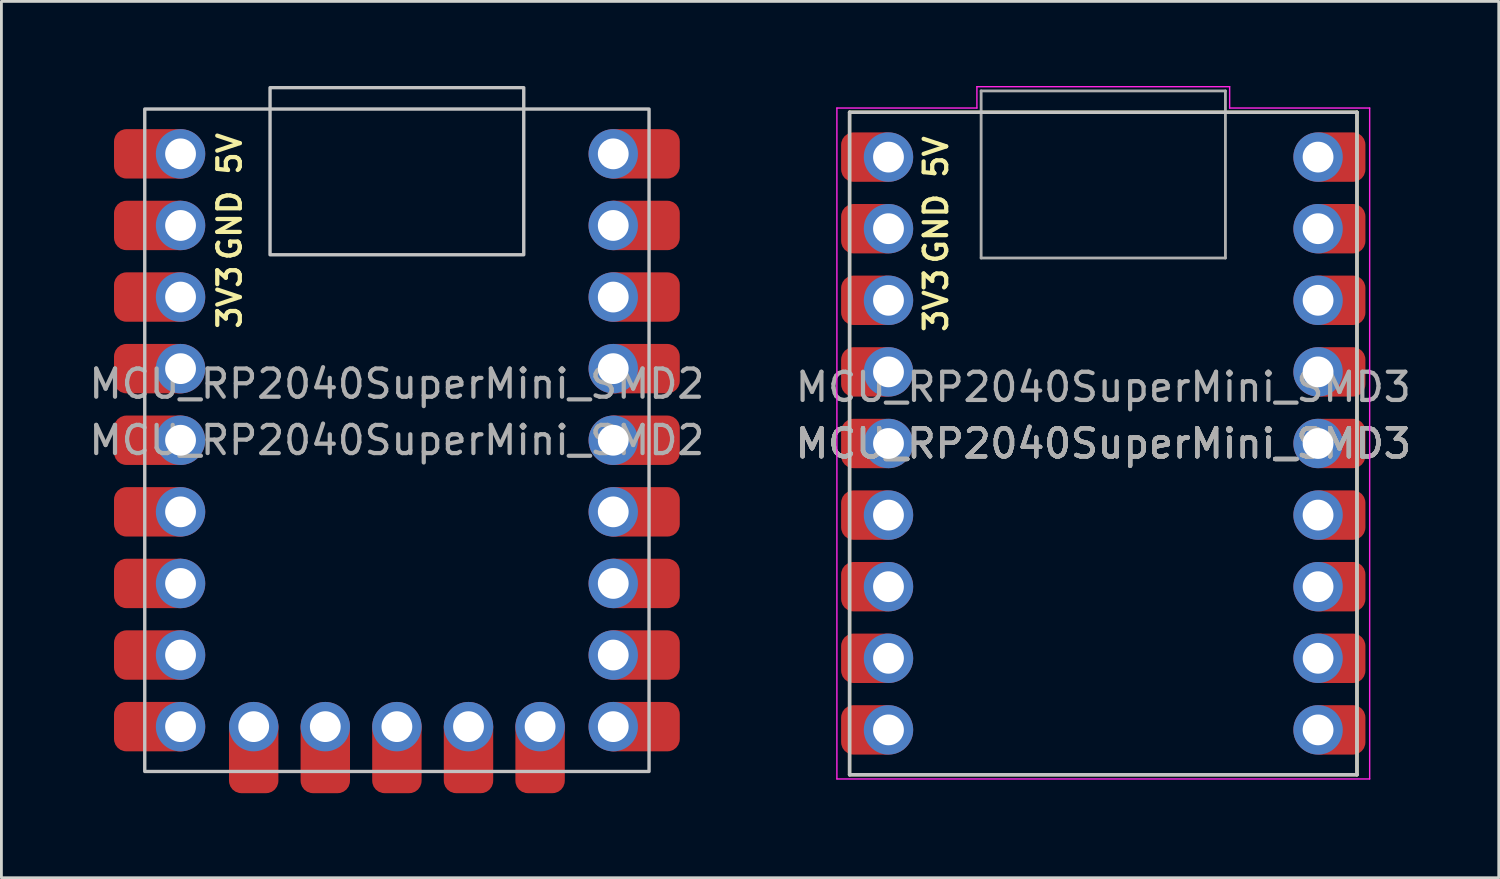
<source format=kicad_pcb>
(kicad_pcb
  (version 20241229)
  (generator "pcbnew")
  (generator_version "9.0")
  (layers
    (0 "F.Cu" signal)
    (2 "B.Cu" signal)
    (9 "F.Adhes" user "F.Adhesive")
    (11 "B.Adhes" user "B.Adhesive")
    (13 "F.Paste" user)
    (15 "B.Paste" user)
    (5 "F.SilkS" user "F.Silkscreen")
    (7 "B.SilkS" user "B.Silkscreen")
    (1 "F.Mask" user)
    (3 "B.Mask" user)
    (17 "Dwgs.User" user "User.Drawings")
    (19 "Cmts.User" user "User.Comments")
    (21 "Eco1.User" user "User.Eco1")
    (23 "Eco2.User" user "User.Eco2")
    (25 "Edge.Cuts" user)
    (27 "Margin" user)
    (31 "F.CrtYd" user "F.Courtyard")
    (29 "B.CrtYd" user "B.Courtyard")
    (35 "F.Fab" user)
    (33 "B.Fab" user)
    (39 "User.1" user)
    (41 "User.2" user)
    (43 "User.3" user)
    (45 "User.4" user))
  (footprint "MCU_RP2040SuperMini_SMD2"
    (layer "F.Cu")
    (at 11.03 12.568)
    (property "Reference" "MCU_RP2040SuperMini_SMD2" (at 0 -2 0) (layer "F.Fab") (effects (font (size 1 1) (thickness 0.15))))
    (fp_rect (start -8.945 -11.75) (end 8.945 11.75) (stroke (width 0.12) (type default)) (fill no) (layer "Dwgs.User"))
    (fp_rect (start -4.5 -6.58) (end 4.5 -12.508) (stroke (width 0.12) (type default)) (fill no) (layer "Dwgs.User"))
    (fp_text user "GND" (at -5.935 -7.62 90) (layer "F.SilkS") (effects (font (size 0.8 0.8) (thickness 0.15))))
    (fp_text user "5V" (at -5.935 -10.16 90) (layer "F.SilkS") (effects (font (size 0.8 0.8) (thickness 0.15))))
    (fp_text user "3V3" (at -5.935 -5.08 90) (layer "F.SilkS") (effects (font (size 0.8 0.8) (thickness 0.15))))
    (fp_text user "${REFERENCE}" (at 0 0 0) (unlocked yes) (layer "F.Fab") (effects (font (size 1 1) (thickness 0.15))))
    (pad "1" smd roundrect (at -8.645 -10.16) (size 2.781 1.753) (layers "F.Cu" "F.Mask") (roundrect_rratio 0.25) (chamfer_ratio 0.2) (chamfer))
    (pad "1" thru_hole circle (at -7.675 -10.16) (size 1.753 1.753) (drill 1.092) (layers "*.Cu" "*.Mask"))
    (pad "2" smd roundrect (at -8.645 -7.62) (size 2.781 1.753) (layers "F.Cu" "F.Mask") (roundrect_rratio 0.25) (chamfer_ratio 0.2) (chamfer))
    (pad "2" thru_hole circle (at -7.675 -7.62) (size 1.753 1.753) (drill 1.092) (layers "*.Cu" "*.Mask"))
    (pad "3" smd roundrect (at -8.645 -5.08) (size 2.781 1.753) (layers "F.Cu" "F.Mask") (roundrect_rratio 0.25) (chamfer_ratio 0.2) (chamfer))
    (pad "3" thru_hole circle (at -7.675 -5.08) (size 1.753 1.753) (drill 1.092) (layers "*.Cu" "*.Mask"))
    (pad "4" smd roundrect (at -8.645 -2.54) (size 2.781 1.753) (layers "F.Cu" "F.Mask") (roundrect_rratio 0.25) (chamfer_ratio 0.2) (chamfer))
    (pad "4" thru_hole circle (at -7.675 -2.54) (size 1.753 1.753) (drill 1.092) (layers "*.Cu" "*.Mask"))
    (pad "5" smd roundrect (at -8.645 0) (size 2.781 1.753) (layers "F.Cu" "F.Mask") (roundrect_rratio 0.25) (chamfer_ratio 0.2) (chamfer))
    (pad "5" thru_hole circle (at -7.675 0) (size 1.753 1.753) (drill 1.092) (layers "*.Cu" "*.Mask"))
    (pad "6" smd roundrect (at -8.645 2.54) (size 2.781 1.753) (layers "F.Cu" "F.Mask") (roundrect_rratio 0.25) (chamfer_ratio 0.2) (chamfer))
    (pad "6" thru_hole circle (at -7.675 2.54) (size 1.753 1.753) (drill 1.092) (layers "*.Cu" "*.Mask"))
    (pad "7" smd roundrect (at -8.645 5.08) (size 2.781 1.753) (layers "F.Cu" "F.Mask") (roundrect_rratio 0.25) (chamfer_ratio 0.2) (chamfer))
    (pad "7" thru_hole circle (at -7.675 5.08) (size 1.753 1.753) (drill 1.092) (layers "*.Cu" "*.Mask"))
    (pad "8" smd roundrect (at -8.645 7.62) (size 2.781 1.753) (layers "F.Cu" "F.Mask") (roundrect_rratio 0.25) (chamfer_ratio 0.2) (chamfer))
    (pad "8" thru_hole circle (at -7.675 7.62) (size 1.753 1.753) (drill 1.092) (layers "*.Cu" "*.Mask"))
    (pad "9" smd roundrect (at -8.645 10.16) (size 2.781 1.753) (layers "F.Cu" "F.Mask") (roundrect_rratio 0.25) (chamfer_ratio 0.2) (chamfer))
    (pad "9" thru_hole circle (at -7.675 10.16) (size 1.753 1.753) (drill 1.092) (layers "*.Cu" "*.Mask"))
    (pad "10" thru_hole circle (at 7.675 -10.16) (size 1.753 1.753) (drill 1.092) (layers "*.Cu" "*.Mask"))
    (pad "10" smd roundrect (at 8.645 -10.16) (size 2.781 1.753) (layers "F.Cu" "F.Mask") (roundrect_rratio 0.25) (chamfer_ratio 0.2) (chamfer))
    (pad "11" thru_hole circle (at 7.675 -7.62) (size 1.753 1.753) (drill 1.092) (layers "*.Cu" "*.Mask"))
    (pad "11" smd roundrect (at 8.645 -7.62) (size 2.781 1.753) (layers "F.Cu" "F.Mask") (roundrect_rratio 0.25) (chamfer_ratio 0.2) (chamfer))
    (pad "12" thru_hole circle (at 7.675 -5.08) (size 1.753 1.753) (drill 1.092) (layers "*.Cu" "*.Mask"))
    (pad "12" smd roundrect (at 8.645 -5.08) (size 2.781 1.753) (layers "F.Cu" "F.Mask") (roundrect_rratio 0.25) (chamfer_ratio 0.2) (chamfer))
    (pad "13" thru_hole circle (at 7.675 -2.54) (size 1.753 1.753) (drill 1.092) (layers "*.Cu" "*.Mask"))
    (pad "13" smd roundrect (at 8.645 -2.54) (size 2.781 1.753) (layers "F.Cu" "F.Mask") (roundrect_rratio 0.25) (chamfer_ratio 0.2) (chamfer))
    (pad "14" thru_hole circle (at 7.675 0) (size 1.753 1.753) (drill 1.092) (layers "*.Cu" "*.Mask"))
    (pad "14" smd roundrect (at 8.645 0) (size 2.781 1.753) (layers "F.Cu" "F.Mask") (roundrect_rratio 0.25) (chamfer_ratio 0.2) (chamfer))
    (pad "15" thru_hole circle (at 7.675 2.54) (size 1.753 1.753) (drill 1.092) (layers "*.Cu" "*.Mask"))
    (pad "15" smd roundrect (at 8.645 2.54) (size 2.781 1.753) (layers "F.Cu" "F.Mask") (roundrect_rratio 0.25) (chamfer_ratio 0.2) (chamfer))
    (pad "16" thru_hole circle (at 7.675 5.08) (size 1.753 1.753) (drill 1.092) (layers "*.Cu" "*.Mask"))
    (pad "16" smd roundrect (at 8.645 5.08) (size 2.781 1.753) (layers "F.Cu" "F.Mask") (roundrect_rratio 0.25) (chamfer_ratio 0.2) (chamfer))
    (pad "17" thru_hole circle (at 7.675 7.62) (size 1.753 1.753) (drill 1.092) (layers "*.Cu" "*.Mask"))
    (pad "17" smd roundrect (at 8.645 7.62) (size 2.781 1.753) (layers "F.Cu" "F.Mask") (roundrect_rratio 0.25) (chamfer_ratio 0.2) (chamfer))
    (pad "18" thru_hole circle (at 7.675 10.16) (size 1.753 1.753) (drill 1.092) (layers "*.Cu" "*.Mask"))
    (pad "18" smd roundrect (at 8.645 10.16) (size 2.781 1.753) (layers "F.Cu" "F.Mask") (roundrect_rratio 0.25) (chamfer_ratio 0.2) (chamfer))
    (pad "19" thru_hole circle (at 5.08 10.16) (size 1.753 1.753) (drill 1.092) (layers "*.Cu" "*.Mask"))
    (pad "19" smd roundrect (at 5.08 11.13 90) (size 2.781 1.753) (layers "F.Cu" "F.Mask") (roundrect_rratio 0.25))
    (pad "20" thru_hole circle (at 2.54 10.16) (size 1.753 1.753) (drill 1.092) (layers "*.Cu" "*.Mask"))
    (pad "20" smd roundrect (at 2.54 11.13 90) (size 2.781 1.753) (layers "F.Cu" "F.Mask") (roundrect_rratio 0.25))
    (pad "21" thru_hole circle (at 0 10.16) (size 1.753 1.753) (drill 1.092) (layers "*.Cu" "*.Mask"))
    (pad "21" smd roundrect (at 0 11.13 90) (size 2.781 1.753) (layers "F.Cu" "F.Mask") (roundrect_rratio 0.25))
    (pad "22" thru_hole circle (at -2.54 10.16) (size 1.753 1.753) (drill 1.092) (layers "*.Cu" "*.Mask"))
    (pad "22" smd roundrect (at -2.54 11.13 90) (size 2.781 1.753) (layers "F.Cu" "F.Mask") (roundrect_rratio 0.25))
    (pad "23" thru_hole circle (at -5.08 10.16) (size 1.753 1.753) (drill 1.092) (layers "*.Cu" "*.Mask"))
    (pad "23" smd roundrect (at -5.08 11.13 90) (size 2.781 1.753) (layers "F.Cu" "F.Mask") (roundrect_rratio 0.25)))
  (footprint "MCU_RP2040SuperMini_SMD3"
    (layer "F.Cu")
    (at 36.089 12.683)
    (property "Reference" "MCU_RP2040SuperMini_SMD3" (at 0 -2 180) (layer "F.Fab") (effects (font (size 1 1) (thickness 0.15))))
    (fp_line (start -9 -11.75) (end -9 11.75) (stroke (width 0.12) (type default)) (layer "F.SilkS"))
    (fp_line (start -9 -11.75) (end 9 -11.75) (stroke (width 0.12) (type default)) (layer "F.SilkS"))
    (fp_line (start 9 11.75) (end -9 11.75) (stroke (width 0.12) (type default)) (layer "F.SilkS"))
    (fp_line (start 9 11.75) (end 9 -11.75) (stroke (width 0.12) (type default)) (layer "F.SilkS"))
    (fp_line (start -9 -11.75) (end -9 11.75) (stroke (width 0.12) (type default)) (layer "Dwgs.User"))
    (fp_line (start -9 -11.75) (end 9 -11.75) (stroke (width 0.12) (type default)) (layer "Dwgs.User"))
    (fp_line (start 9 -11.75) (end 9 11.75) (stroke (width 0.12) (type default)) (layer "Dwgs.User"))
    (fp_line (start 9 11.75) (end -9 11.75) (stroke (width 0.12) (type default)) (layer "Dwgs.User"))
    (fp_line (start -9.45 -11.9) (end -4.483 -11.9) (stroke (width 0.05) (type default)) (layer "F.CrtYd"))
    (fp_line (start -9.45 11.9) (end -9.45 -11.9) (stroke (width 0.05) (type default)) (layer "F.CrtYd"))
    (fp_line (start -4.483 -12.658) (end -4.483 -11.9) (stroke (width 0.05) (type default)) (layer "F.CrtYd"))
    (fp_line (start -4.483 -12.658) (end 4.483 -12.658) (stroke (width 0.05) (type default)) (layer "F.CrtYd"))
    (fp_line (start 4.483 -12.658) (end 4.483 -11.9) (stroke (width 0.05) (type default)) (layer "F.CrtYd"))
    (fp_line (start 4.483 -11.9) (end 9.45 -11.9) (stroke (width 0.05) (type default)) (layer "F.CrtYd"))
    (fp_line (start 9.45 11.9) (end -9.45 11.9) (stroke (width 0.05) (type solid)) (layer "F.CrtYd"))
    (fp_line (start 9.45 11.9) (end 9.45 -11.9) (stroke (width 0.05) (type default)) (layer "F.CrtYd"))
    (fp_line (start -4.333 -12.508) (end -4.333 -6.58) (stroke (width 0.1) (type default)) (layer "F.Fab"))
    (fp_line (start -4.333 -12.508) (end 4.333 -12.508) (stroke (width 0.1) (type default)) (layer "F.Fab"))
    (fp_line (start -4.333 -6.58) (end 4.333 -6.58) (stroke (width 0.1) (type default)) (layer "F.Fab"))
    (fp_line (start 4.333 -12.508) (end 4.333 -6.58) (stroke (width 0.1) (type default)) (layer "F.Fab"))
    (fp_text user "3V3" (at -5.935 -5.08 90) (layer "F.SilkS") (effects (font (size 0.8 0.8) (thickness 0.15))))
    (fp_text user "5V" (at -5.935 -10.16 90) (layer "F.SilkS") (effects (font (size 0.8 0.8) (thickness 0.15))))
    (fp_text user "GND" (at -5.935 -7.62 90) (layer "F.SilkS") (effects (font (size 0.8 0.8) (thickness 0.15))))
    (fp_text user "${REFERENCE}" (at 0 0 0) (unlocked yes) (layer "F.Fab") (effects (font (size 1 1) (thickness 0.15))))
    (fp_text user "${REFERENCE}" (at 0 0 0) (unlocked yes) (layer "F.Fab") (effects (font (size 1 1) (thickness 0.15))))
    (fp_text user "${REFERENCE}" (at 0 0 0) (unlocked yes) (layer "F.Fab") (effects (font (size 1 1) (thickness 0.15))))
    (fp_text user "${REFERENCE}" (at 0 0 0) (unlocked yes) (layer "F.Fab") (effects (font (size 1 1) (thickness 0.15))))
    (fp_text user "${REFERENCE}" (at 0 0 0) (unlocked yes) (layer "F.Fab") (effects (font (size 1 1) (thickness 0.15))))
    (pad "1" smd roundrect (at -8.3 -10.16) (size 2 1.753) (layers "F.Cu" "F.Mask") (roundrect_rratio 0.25) (chamfer_ratio 0.2) (chamfer))
    (pad "1" thru_hole circle (at -7.62 -10.16) (size 1.753 1.753) (drill 1.092) (layers "*.Cu" "*.Mask"))
    (pad "2" smd roundrect (at -8.3 -7.62) (size 2 1.753) (layers "F.Cu" "F.Mask") (roundrect_rratio 0.25) (chamfer_ratio 0.2) (chamfer))
    (pad "2" thru_hole circle (at -7.62 -7.62) (size 1.753 1.753) (drill 1.092) (layers "*.Cu" "*.Mask"))
    (pad "3" smd roundrect (at -8.3 -5.08) (size 2 1.753) (layers "F.Cu" "F.Mask") (roundrect_rratio 0.25) (chamfer_ratio 0.2) (chamfer))
    (pad "3" thru_hole circle (at -7.62 -5.08) (size 1.753 1.753) (drill 1.092) (layers "*.Cu" "*.Mask"))
    (pad "4" smd roundrect (at -8.3 -2.54) (size 2 1.753) (layers "F.Cu" "F.Mask") (roundrect_rratio 0.25) (chamfer_ratio 0.2) (chamfer))
    (pad "4" thru_hole circle (at -7.62 -2.54) (size 1.753 1.753) (drill 1.092) (layers "*.Cu" "*.Mask"))
    (pad "5" smd roundrect (at -8.3 0) (size 2 1.753) (layers "F.Cu" "F.Mask") (roundrect_rratio 0.25) (chamfer_ratio 0.2) (chamfer))
    (pad "5" thru_hole circle (at -7.62 0) (size 1.753 1.753) (drill 1.092) (layers "*.Cu" "*.Mask"))
    (pad "6" smd roundrect (at -8.3 2.54) (size 2 1.753) (layers "F.Cu" "F.Mask") (roundrect_rratio 0.25) (chamfer_ratio 0.2) (chamfer))
    (pad "6" thru_hole circle (at -7.62 2.54) (size 1.753 1.753) (drill 1.092) (layers "*.Cu" "*.Mask"))
    (pad "7" smd roundrect (at -8.3 5.08) (size 2 1.753) (layers "F.Cu" "F.Mask") (roundrect_rratio 0.25) (chamfer_ratio 0.2) (chamfer))
    (pad "7" thru_hole circle (at -7.62 5.08) (size 1.753 1.753) (drill 1.092) (layers "*.Cu" "*.Mask"))
    (pad "8" smd roundrect (at -8.3 7.62) (size 2 1.753) (layers "F.Cu" "F.Mask") (roundrect_rratio 0.25) (chamfer_ratio 0.2) (chamfer))
    (pad "8" thru_hole circle (at -7.62 7.62) (size 1.753 1.753) (drill 1.092) (layers "*.Cu" "*.Mask"))
    (pad "9" smd roundrect (at -8.3 10.16) (size 2 1.753) (layers "F.Cu" "F.Mask") (roundrect_rratio 0.25) (chamfer_ratio 0.2) (chamfer))
    (pad "9" thru_hole circle (at -7.62 10.16) (size 1.753 1.753) (drill 1.092) (layers "*.Cu" "*.Mask"))
    (pad "10" thru_hole circle (at 7.62 -10.16) (size 1.753 1.753) (drill 1.092) (layers "*.Cu" "*.Mask"))
    (pad "10" smd roundrect (at 8.3 -10.16) (size 2 1.753) (layers "F.Cu" "F.Mask") (roundrect_rratio 0.25) (chamfer_ratio 0.2) (chamfer))
    (pad "11" thru_hole circle (at 7.62 -7.62) (size 1.753 1.753) (drill 1.092) (layers "*.Cu" "*.Mask"))
    (pad "11" smd roundrect (at 8.3 -7.62) (size 2 1.753) (layers "F.Cu" "F.Mask") (roundrect_rratio 0.25) (chamfer_ratio 0.2) (chamfer))
    (pad "12" thru_hole circle (at 7.62 -5.08) (size 1.753 1.753) (drill 1.092) (layers "*.Cu" "*.Mask"))
    (pad "12" smd roundrect (at 8.3 -5.08) (size 2 1.753) (layers "F.Cu" "F.Mask") (roundrect_rratio 0.25) (chamfer_ratio 0.2) (chamfer))
    (pad "13" thru_hole circle (at 7.62 -2.54) (size 1.753 1.753) (drill 1.092) (layers "*.Cu" "*.Mask"))
    (pad "13" smd roundrect (at 8.3 -2.54) (size 2 1.753) (layers "F.Cu" "F.Mask") (roundrect_rratio 0.25) (chamfer_ratio 0.2) (chamfer))
    (pad "14" thru_hole circle (at 7.62 0) (size 1.753 1.753) (drill 1.092) (layers "*.Cu" "*.Mask"))
    (pad "14" smd roundrect (at 8.3 0) (size 2 1.753) (layers "F.Cu" "F.Mask") (roundrect_rratio 0.25) (chamfer_ratio 0.2) (chamfer))
    (pad "15" thru_hole circle (at 7.62 2.54) (size 1.753 1.753) (drill 1.092) (layers "*.Cu" "*.Mask"))
    (pad "15" smd roundrect (at 8.3 2.54) (size 2 1.753) (layers "F.Cu" "F.Mask") (roundrect_rratio 0.25) (chamfer_ratio 0.2) (chamfer))
    (pad "16" thru_hole circle (at 7.62 5.08) (size 1.753 1.753) (drill 1.092) (layers "*.Cu" "*.Mask"))
    (pad "16" smd roundrect (at 8.3 5.08) (size 2 1.753) (layers "F.Cu" "F.Mask") (roundrect_rratio 0.25) (chamfer_ratio 0.2) (chamfer))
    (pad "17" thru_hole circle (at 7.62 7.62) (size 1.753 1.753) (drill 1.092) (layers "*.Cu" "*.Mask"))
    (pad "17" smd roundrect (at 8.3 7.62) (size 2 1.753) (layers "F.Cu" "F.Mask") (roundrect_rratio 0.25) (chamfer_ratio 0.2) (chamfer))
    (pad "18" thru_hole circle (at 7.62 10.16) (size 1.753 1.753) (drill 1.092) (layers "*.Cu" "*.Mask"))
    (pad "18" smd roundrect (at 8.3 10.16) (size 2 1.753) (layers "F.Cu" "F.Mask") (roundrect_rratio 0.25) (chamfer_ratio 0.2) (chamfer)))
  (gr_rect
    (start -3 -3)
    (end 50.119 28.089)
    (stroke (width 0.1) (type default))
    (fill no)
    (layer "Edge.Cuts")))
</source>
